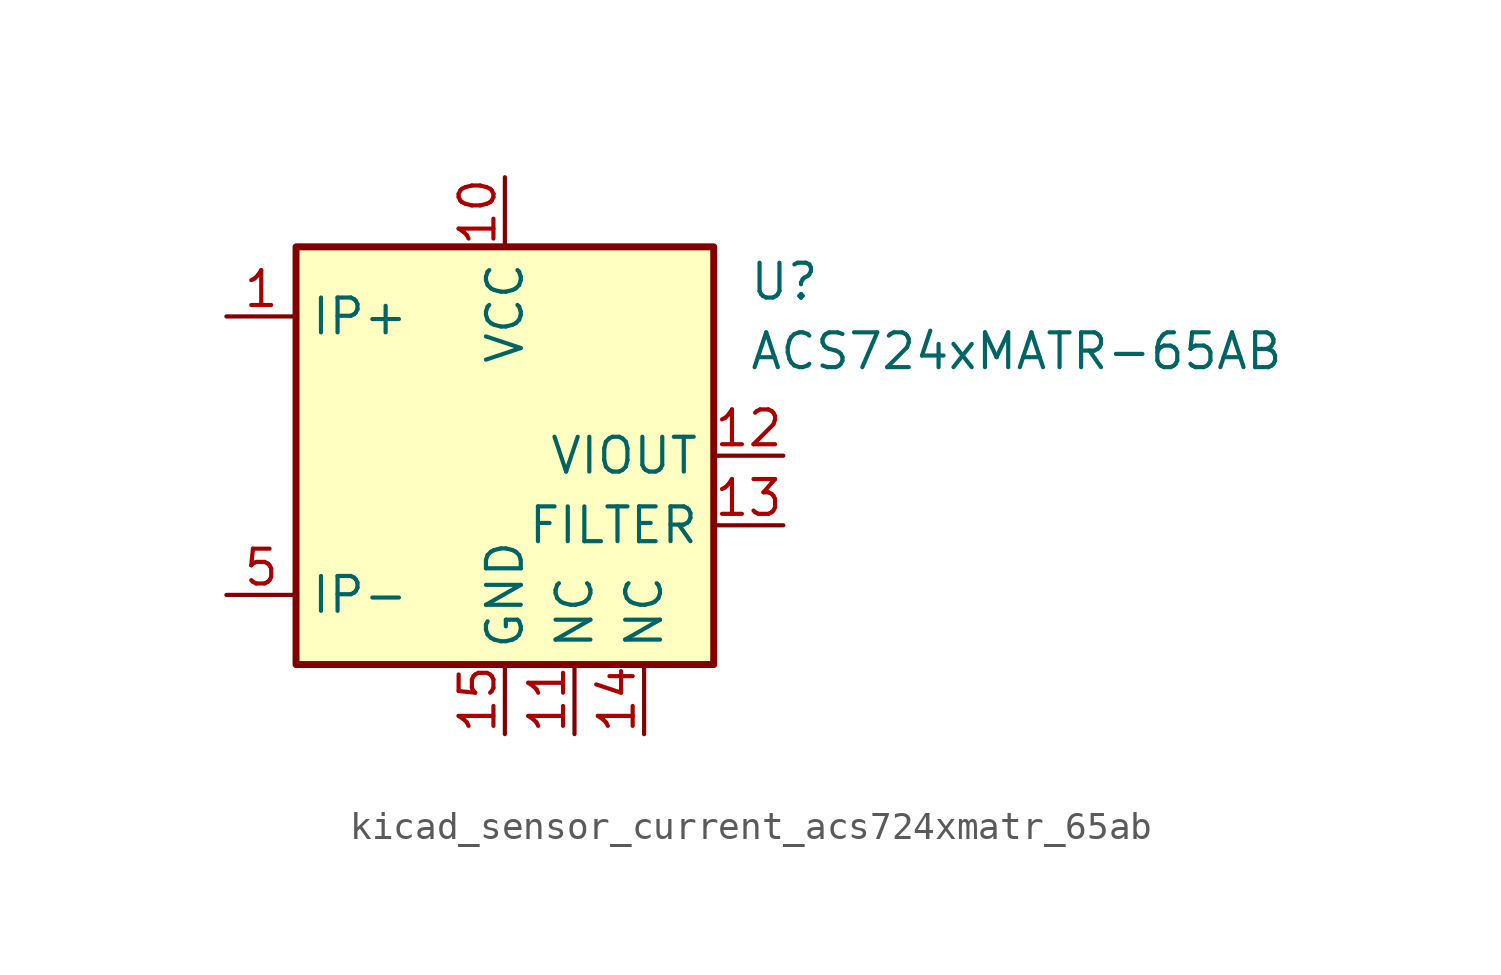
<source format=kicad_sym>
(kicad_symbol_lib
  (version 20220914)
  (generator kicad_symbol_editor)
  (symbol "kicad_sensor_current_acs724xmatr_65ab"
    (property "Reference" "U"
      (at 8.89 6.35 0)
      (effects (font (size 1.27 1.27)) (justify left)))
    (property "Value" "ACS724xMATR-65AB"
      (at 8.89 3.81 0)
      (effects (font (size 1.27 1.27)) (justify left)))
    (symbol "kicad_sensor_current_acs724xmatr_65ab_0_1"
      (rectangle (start -7.62 7.62) (end 7.62 -7.62) (stroke (width 0.254) (type default)) (fill (type background))))
    (symbol "kicad_sensor_current_acs724xmatr_65ab_1_1"
      (pin passive line (at -10.16 5.08 0) (length 2.54) (name "IP+" (effects (font (size 1.27 1.27)))) (number "1" (effects (font (size 1.27 1.27)))))
      (pin power_in line (at 0 10.16 270) (length 2.54) (name "VCC" (effects (font (size 1.27 1.27)))) (number "10" (effects (font (size 1.27 1.27)))))
      (pin passive line (at 2.54 -10.16 90) (length 2.54) (name "NC" (effects (font (size 1.27 1.27)))) (number "11" (effects (font (size 1.27 1.27)))))
      (pin output line (at 10.16 0 180) (length 2.54) (name "VIOUT" (effects (font (size 1.27 1.27)))) (number "12" (effects (font (size 1.27 1.27)))))
      (pin passive line (at 10.16 -2.54 180) (length 2.54) (name "FILTER" (effects (font (size 1.27 1.27)))) (number "13" (effects (font (size 1.27 1.27)))))
      (pin passive line (at 5.08 -10.16 90) (length 2.54) (name "NC" (effects (font (size 1.27 1.27)))) (number "14" (effects (font (size 1.27 1.27)))))
      (pin power_in line (at 0 -10.16 90) (length 2.54) (name "GND" (effects (font (size 1.27 1.27)))) (number "15" (effects (font (size 1.27 1.27)))))
      (pin no_connect line (at 7.62 2.54 180) (length 2.54) hide (name "NC" (effects (font (size 1.27 1.27)))) (number "16" (effects (font (size 1.27 1.27)))))
      (pin passive line (at -10.16 5.08 0) (length 2.54) hide (name "IP+" (effects (font (size 1.27 1.27)))) (number "2" (effects (font (size 1.27 1.27)))))
      (pin passive line (at -10.16 5.08 0) (length 2.54) hide (name "IP+" (effects (font (size 1.27 1.27)))) (number "3" (effects (font (size 1.27 1.27)))))
      (pin passive line (at -10.16 5.08 0) (length 2.54) hide (name "IP+" (effects (font (size 1.27 1.27)))) (number "4" (effects (font (size 1.27 1.27)))))
      (pin passive line (at -10.16 -5.08 0) (length 2.54) (name "IP-" (effects (font (size 1.27 1.27)))) (number "5" (effects (font (size 1.27 1.27)))))
      (pin passive line (at -10.16 -5.08 0) (length 2.54) hide (name "IP-" (effects (font (size 1.27 1.27)))) (number "6" (effects (font (size 1.27 1.27)))))
      (pin passive line (at -10.16 -5.08 0) (length 2.54) hide (name "IP-" (effects (font (size 1.27 1.27)))) (number "7" (effects (font (size 1.27 1.27)))))
      (pin passive line (at -10.16 -5.08 0) (length 2.54) hide (name "IP-" (effects (font (size 1.27 1.27)))) (number "8" (effects (font (size 1.27 1.27)))))
      (pin no_connect line (at 7.62 5.08 180) (length 2.54) hide (name "NC" (effects (font (size 1.27 1.27)))) (number "9" (effects (font (size 1.27 1.27))))))))
</source>
